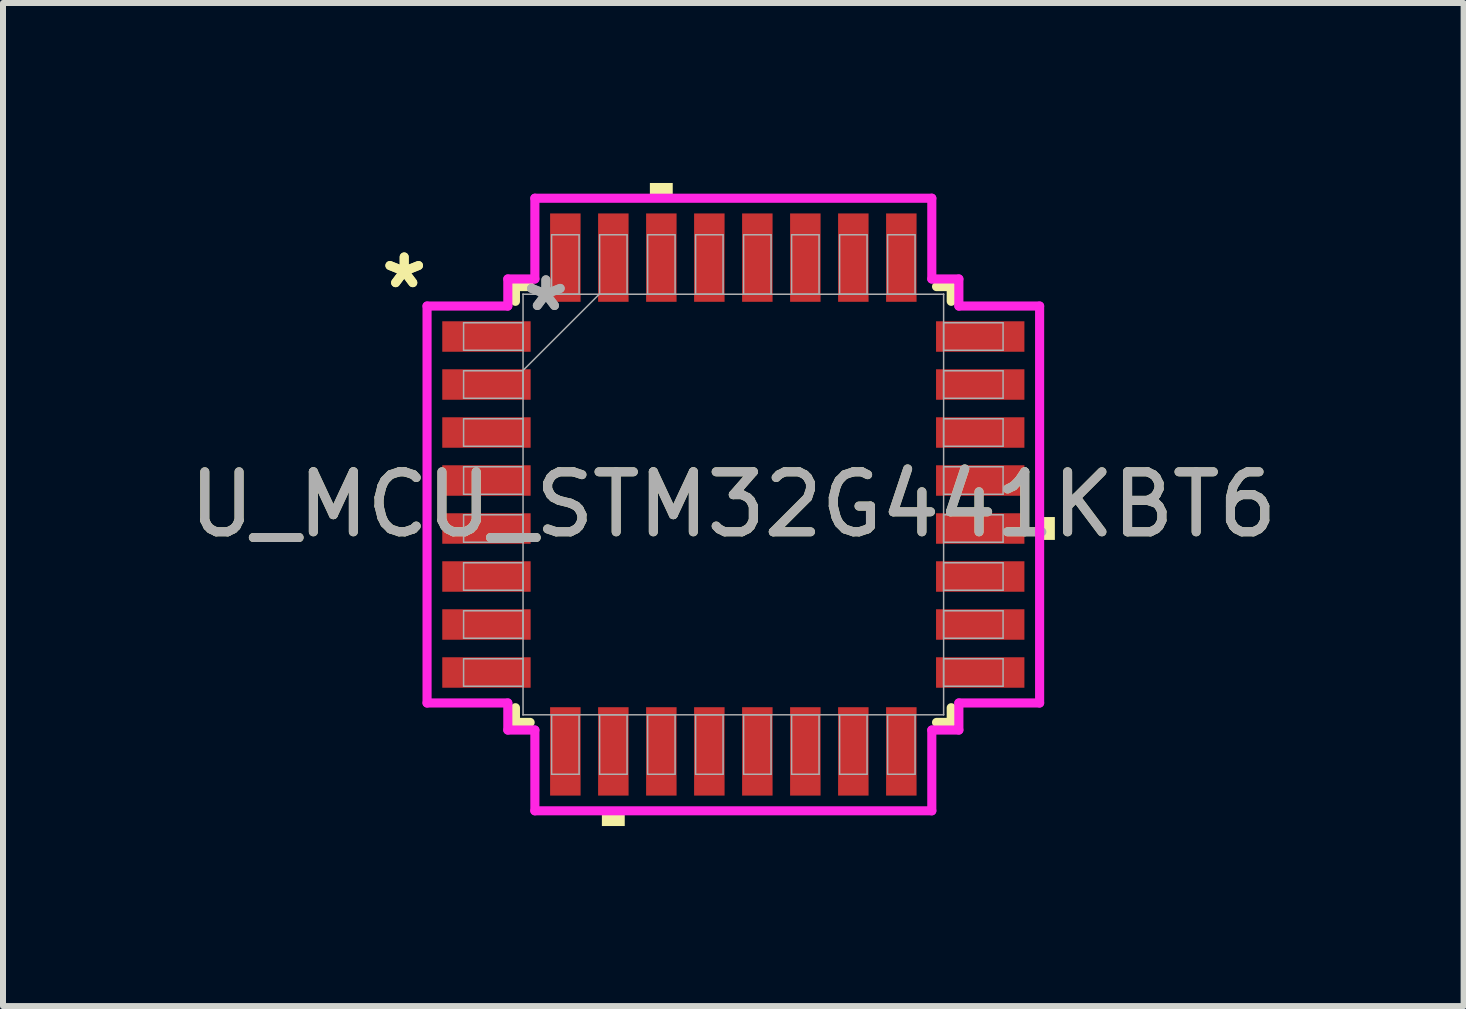
<source format=kicad_pcb>
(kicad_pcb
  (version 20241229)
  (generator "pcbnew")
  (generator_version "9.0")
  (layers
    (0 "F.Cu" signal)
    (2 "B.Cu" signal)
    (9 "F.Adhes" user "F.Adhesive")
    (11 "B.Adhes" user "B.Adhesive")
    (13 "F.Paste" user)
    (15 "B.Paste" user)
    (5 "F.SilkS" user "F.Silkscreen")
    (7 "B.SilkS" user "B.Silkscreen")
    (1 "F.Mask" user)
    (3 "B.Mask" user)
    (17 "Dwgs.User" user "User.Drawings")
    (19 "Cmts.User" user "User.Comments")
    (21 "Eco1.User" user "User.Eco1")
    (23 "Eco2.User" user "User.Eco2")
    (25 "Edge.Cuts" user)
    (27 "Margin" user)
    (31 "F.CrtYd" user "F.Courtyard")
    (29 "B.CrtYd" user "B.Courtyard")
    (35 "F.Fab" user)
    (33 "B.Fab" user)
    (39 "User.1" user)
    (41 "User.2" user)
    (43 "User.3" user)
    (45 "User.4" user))
  (footprint "U_MCU_STM32G441KBT6"
    (layer "F.Cu")
    (at 9.173 5.359)
    (property "Reference" "U_MCU_STM32G441KBT6" (at 0 0 0) (unlocked yes) (layer "F.SilkS") (effects (font (size 1 1) (thickness 0.15))))
    (attr smd)
    (fp_line (start -3.632 -3.632) (end -3.632 -3.387) (stroke (width 0.152) (type solid)) (layer "F.SilkS"))
    (fp_line (start -3.632 3.387) (end -3.632 3.632) (stroke (width 0.152) (type solid)) (layer "F.SilkS"))
    (fp_line (start -3.632 3.632) (end -3.387 3.632) (stroke (width 0.152) (type solid)) (layer "F.SilkS"))
    (fp_line (start -3.387 -3.632) (end -3.632 -3.632) (stroke (width 0.152) (type solid)) (layer "F.SilkS"))
    (fp_line (start 3.387 3.632) (end 3.632 3.632) (stroke (width 0.152) (type solid)) (layer "F.SilkS"))
    (fp_line (start 3.632 -3.632) (end 3.387 -3.632) (stroke (width 0.152) (type solid)) (layer "F.SilkS"))
    (fp_line (start 3.632 -3.387) (end 3.632 -3.632) (stroke (width 0.152) (type solid)) (layer "F.SilkS"))
    (fp_line (start 3.632 3.632) (end 3.632 3.387) (stroke (width 0.152) (type solid)) (layer "F.SilkS"))
    (fp_poly (pts (xy -2.191 5.105) (xy -2.191 5.359) (xy -1.81 5.359) (xy -1.81 5.105)) (stroke (width 0) (type solid)) (fill yes) (layer "F.SilkS"))
    (fp_poly (pts (xy -1.391 -5.105) (xy -1.391 -5.359) (xy -1.01 -5.359) (xy -1.01 -5.105)) (stroke (width 0) (type solid)) (fill yes) (layer "F.SilkS"))
    (fp_poly (pts (xy 5.359 0.209) (xy 5.359 0.59) (xy 5.105 0.59) (xy 5.105 0.209)) (stroke (width 0) (type solid)) (fill yes) (layer "F.SilkS"))
    (fp_line (start -5.105 -3.308) (end -3.759 -3.308) (stroke (width 0.152) (type solid)) (layer "F.CrtYd"))
    (fp_line (start -5.105 3.308) (end -5.105 -3.308) (stroke (width 0.152) (type solid)) (layer "F.CrtYd"))
    (fp_line (start -3.759 -3.759) (end -3.308 -3.759) (stroke (width 0.152) (type solid)) (layer "F.CrtYd"))
    (fp_line (start -3.759 -3.308) (end -3.759 -3.759) (stroke (width 0.152) (type solid)) (layer "F.CrtYd"))
    (fp_line (start -3.759 3.308) (end -5.105 3.308) (stroke (width 0.152) (type solid)) (layer "F.CrtYd"))
    (fp_line (start -3.759 3.759) (end -3.759 3.308) (stroke (width 0.152) (type solid)) (layer "F.CrtYd"))
    (fp_line (start -3.759 3.759) (end -3.308 3.759) (stroke (width 0.152) (type solid)) (layer "F.CrtYd"))
    (fp_line (start -3.308 -5.105) (end 3.308 -5.105) (stroke (width 0.152) (type solid)) (layer "F.CrtYd"))
    (fp_line (start -3.308 -3.759) (end -3.308 -5.105) (stroke (width 0.152) (type solid)) (layer "F.CrtYd"))
    (fp_line (start -3.308 3.759) (end -3.308 5.105) (stroke (width 0.152) (type solid)) (layer "F.CrtYd"))
    (fp_line (start -3.308 5.105) (end 3.308 5.105) (stroke (width 0.152) (type solid)) (layer "F.CrtYd"))
    (fp_line (start 3.308 -5.105) (end 3.308 -3.759) (stroke (width 0.152) (type solid)) (layer "F.CrtYd"))
    (fp_line (start 3.308 -3.759) (end 3.759 -3.759) (stroke (width 0.152) (type solid)) (layer "F.CrtYd"))
    (fp_line (start 3.308 3.759) (end 3.759 3.759) (stroke (width 0.152) (type solid)) (layer "F.CrtYd"))
    (fp_line (start 3.308 5.105) (end 3.308 3.759) (stroke (width 0.152) (type solid)) (layer "F.CrtYd"))
    (fp_line (start 3.759 -3.308) (end 3.759 -3.759) (stroke (width 0.152) (type solid)) (layer "F.CrtYd"))
    (fp_line (start 3.759 3.308) (end 5.105 3.308) (stroke (width 0.152) (type solid)) (layer "F.CrtYd"))
    (fp_line (start 3.759 3.759) (end 3.759 3.308) (stroke (width 0.152) (type solid)) (layer "F.CrtYd"))
    (fp_line (start 5.105 -3.308) (end 3.759 -3.308) (stroke (width 0.152) (type solid)) (layer "F.CrtYd"))
    (fp_line (start 5.105 3.308) (end 5.105 -3.308) (stroke (width 0.152) (type solid)) (layer "F.CrtYd"))
    (fp_line (start -4.496 -3.029) (end -4.496 -2.571) (stroke (width 0.025) (type solid)) (layer "F.Fab"))
    (fp_line (start -4.496 -2.571) (end -3.505 -2.571) (stroke (width 0.025) (type solid)) (layer "F.Fab"))
    (fp_line (start -4.496 -2.229) (end -4.496 -1.771) (stroke (width 0.025) (type solid)) (layer "F.Fab"))
    (fp_line (start -4.496 -1.771) (end -3.505 -1.771) (stroke (width 0.025) (type solid)) (layer "F.Fab"))
    (fp_line (start -4.496 -1.429) (end -4.496 -0.971) (stroke (width 0.025) (type solid)) (layer "F.Fab"))
    (fp_line (start -4.496 -0.971) (end -3.505 -0.971) (stroke (width 0.025) (type solid)) (layer "F.Fab"))
    (fp_line (start -4.496 -0.629) (end -4.496 -0.171) (stroke (width 0.025) (type solid)) (layer "F.Fab"))
    (fp_line (start -4.496 -0.171) (end -3.505 -0.171) (stroke (width 0.025) (type solid)) (layer "F.Fab"))
    (fp_line (start -4.496 0.171) (end -4.496 0.629) (stroke (width 0.025) (type solid)) (layer "F.Fab"))
    (fp_line (start -4.496 0.629) (end -3.505 0.629) (stroke (width 0.025) (type solid)) (layer "F.Fab"))
    (fp_line (start -4.496 0.971) (end -4.496 1.429) (stroke (width 0.025) (type solid)) (layer "F.Fab"))
    (fp_line (start -4.496 1.429) (end -3.505 1.429) (stroke (width 0.025) (type solid)) (layer "F.Fab"))
    (fp_line (start -4.496 1.771) (end -4.496 2.229) (stroke (width 0.025) (type solid)) (layer "F.Fab"))
    (fp_line (start -4.496 2.229) (end -3.505 2.229) (stroke (width 0.025) (type solid)) (layer "F.Fab"))
    (fp_line (start -4.496 2.571) (end -4.496 3.029) (stroke (width 0.025) (type solid)) (layer "F.Fab"))
    (fp_line (start -4.496 3.029) (end -3.505 3.029) (stroke (width 0.025) (type solid)) (layer "F.Fab"))
    (fp_line (start -3.505 -3.505) (end -3.505 -3.505) (stroke (width 0.025) (type solid)) (layer "F.Fab"))
    (fp_line (start -3.505 -3.505) (end -3.505 3.505) (stroke (width 0.025) (type solid)) (layer "F.Fab"))
    (fp_line (start -3.505 -3.029) (end -4.496 -3.029) (stroke (width 0.025) (type solid)) (layer "F.Fab"))
    (fp_line (start -3.505 -2.571) (end -3.505 -3.029) (stroke (width 0.025) (type solid)) (layer "F.Fab"))
    (fp_line (start -3.505 -2.235) (end -2.235 -3.505) (stroke (width 0.025) (type solid)) (layer "F.Fab"))
    (fp_line (start -3.505 -2.229) (end -4.496 -2.229) (stroke (width 0.025) (type solid)) (layer "F.Fab"))
    (fp_line (start -3.505 -1.771) (end -3.505 -2.229) (stroke (width 0.025) (type solid)) (layer "F.Fab"))
    (fp_line (start -3.505 -1.429) (end -4.496 -1.429) (stroke (width 0.025) (type solid)) (layer "F.Fab"))
    (fp_line (start -3.505 -0.971) (end -3.505 -1.429) (stroke (width 0.025) (type solid)) (layer "F.Fab"))
    (fp_line (start -3.505 -0.629) (end -4.496 -0.629) (stroke (width 0.025) (type solid)) (layer "F.Fab"))
    (fp_line (start -3.505 -0.171) (end -3.505 -0.629) (stroke (width 0.025) (type solid)) (layer "F.Fab"))
    (fp_line (start -3.505 0.171) (end -4.496 0.171) (stroke (width 0.025) (type solid)) (layer "F.Fab"))
    (fp_line (start -3.505 0.629) (end -3.505 0.171) (stroke (width 0.025) (type solid)) (layer "F.Fab"))
    (fp_line (start -3.505 0.971) (end -4.496 0.971) (stroke (width 0.025) (type solid)) (layer "F.Fab"))
    (fp_line (start -3.505 1.429) (end -3.505 0.971) (stroke (width 0.025) (type solid)) (layer "F.Fab"))
    (fp_line (start -3.505 1.771) (end -4.496 1.771) (stroke (width 0.025) (type solid)) (layer "F.Fab"))
    (fp_line (start -3.505 2.229) (end -3.505 1.771) (stroke (width 0.025) (type solid)) (layer "F.Fab"))
    (fp_line (start -3.505 2.571) (end -4.496 2.571) (stroke (width 0.025) (type solid)) (layer "F.Fab"))
    (fp_line (start -3.505 3.029) (end -3.505 2.571) (stroke (width 0.025) (type solid)) (layer "F.Fab"))
    (fp_line (start -3.505 3.505) (end -3.505 3.505) (stroke (width 0.025) (type solid)) (layer "F.Fab"))
    (fp_line (start -3.505 3.505) (end 3.505 3.505) (stroke (width 0.025) (type solid)) (layer "F.Fab"))
    (fp_line (start -3.029 -4.496) (end -3.029 -3.505) (stroke (width 0.025) (type solid)) (layer "F.Fab"))
    (fp_line (start -3.029 -3.505) (end -2.571 -3.505) (stroke (width 0.025) (type solid)) (layer "F.Fab"))
    (fp_line (start -3.029 3.505) (end -3.029 4.496) (stroke (width 0.025) (type solid)) (layer "F.Fab"))
    (fp_line (start -3.029 4.496) (end -2.571 4.496) (stroke (width 0.025) (type solid)) (layer "F.Fab"))
    (fp_line (start -2.571 -4.496) (end -3.029 -4.496) (stroke (width 0.025) (type solid)) (layer "F.Fab"))
    (fp_line (start -2.571 -3.505) (end -2.571 -4.496) (stroke (width 0.025) (type solid)) (layer "F.Fab"))
    (fp_line (start -2.571 3.505) (end -3.029 3.505) (stroke (width 0.025) (type solid)) (layer "F.Fab"))
    (fp_line (start -2.571 4.496) (end -2.571 3.505) (stroke (width 0.025) (type solid)) (layer "F.Fab"))
    (fp_line (start -2.229 -4.496) (end -2.229 -3.505) (stroke (width 0.025) (type solid)) (layer "F.Fab"))
    (fp_line (start -2.229 -3.505) (end -1.771 -3.505) (stroke (width 0.025) (type solid)) (layer "F.Fab"))
    (fp_line (start -2.229 3.505) (end -2.229 4.496) (stroke (width 0.025) (type solid)) (layer "F.Fab"))
    (fp_line (start -2.229 4.496) (end -1.771 4.496) (stroke (width 0.025) (type solid)) (layer "F.Fab"))
    (fp_line (start -1.771 -4.496) (end -2.229 -4.496) (stroke (width 0.025) (type solid)) (layer "F.Fab"))
    (fp_line (start -1.771 -3.505) (end -1.771 -4.496) (stroke (width 0.025) (type solid)) (layer "F.Fab"))
    (fp_line (start -1.771 3.505) (end -2.229 3.505) (stroke (width 0.025) (type solid)) (layer "F.Fab"))
    (fp_line (start -1.771 4.496) (end -1.771 3.505) (stroke (width 0.025) (type solid)) (layer "F.Fab"))
    (fp_line (start -1.429 -4.496) (end -1.429 -3.505) (stroke (width 0.025) (type solid)) (layer "F.Fab"))
    (fp_line (start -1.429 -3.505) (end -0.971 -3.505) (stroke (width 0.025) (type solid)) (layer "F.Fab"))
    (fp_line (start -1.429 3.505) (end -1.429 4.496) (stroke (width 0.025) (type solid)) (layer "F.Fab"))
    (fp_line (start -1.429 4.496) (end -0.971 4.496) (stroke (width 0.025) (type solid)) (layer "F.Fab"))
    (fp_line (start -0.971 -4.496) (end -1.429 -4.496) (stroke (width 0.025) (type solid)) (layer "F.Fab"))
    (fp_line (start -0.971 -3.505) (end -0.971 -4.496) (stroke (width 0.025) (type solid)) (layer "F.Fab"))
    (fp_line (start -0.971 3.505) (end -1.429 3.505) (stroke (width 0.025) (type solid)) (layer "F.Fab"))
    (fp_line (start -0.971 4.496) (end -0.971 3.505) (stroke (width 0.025) (type solid)) (layer "F.Fab"))
    (fp_line (start -0.629 -4.496) (end -0.629 -3.505) (stroke (width 0.025) (type solid)) (layer "F.Fab"))
    (fp_line (start -0.629 -3.505) (end -0.171 -3.505) (stroke (width 0.025) (type solid)) (layer "F.Fab"))
    (fp_line (start -0.629 3.505) (end -0.629 4.496) (stroke (width 0.025) (type solid)) (layer "F.Fab"))
    (fp_line (start -0.629 4.496) (end -0.171 4.496) (stroke (width 0.025) (type solid)) (layer "F.Fab"))
    (fp_line (start -0.171 -4.496) (end -0.629 -4.496) (stroke (width 0.025) (type solid)) (layer "F.Fab"))
    (fp_line (start -0.171 -3.505) (end -0.171 -4.496) (stroke (width 0.025) (type solid)) (layer "F.Fab"))
    (fp_line (start -0.171 3.505) (end -0.629 3.505) (stroke (width 0.025) (type solid)) (layer "F.Fab"))
    (fp_line (start -0.171 4.496) (end -0.171 3.505) (stroke (width 0.025) (type solid)) (layer "F.Fab"))
    (fp_line (start 0.171 -4.496) (end 0.171 -3.505) (stroke (width 0.025) (type solid)) (layer "F.Fab"))
    (fp_line (start 0.171 -3.505) (end 0.629 -3.505) (stroke (width 0.025) (type solid)) (layer "F.Fab"))
    (fp_line (start 0.171 3.505) (end 0.171 4.496) (stroke (width 0.025) (type solid)) (layer "F.Fab"))
    (fp_line (start 0.171 4.496) (end 0.629 4.496) (stroke (width 0.025) (type solid)) (layer "F.Fab"))
    (fp_line (start 0.629 -4.496) (end 0.171 -4.496) (stroke (width 0.025) (type solid)) (layer "F.Fab"))
    (fp_line (start 0.629 -3.505) (end 0.629 -4.496) (stroke (width 0.025) (type solid)) (layer "F.Fab"))
    (fp_line (start 0.629 3.505) (end 0.171 3.505) (stroke (width 0.025) (type solid)) (layer "F.Fab"))
    (fp_line (start 0.629 4.496) (end 0.629 3.505) (stroke (width 0.025) (type solid)) (layer "F.Fab"))
    (fp_line (start 0.971 -4.496) (end 0.971 -3.505) (stroke (width 0.025) (type solid)) (layer "F.Fab"))
    (fp_line (start 0.971 -3.505) (end 1.429 -3.505) (stroke (width 0.025) (type solid)) (layer "F.Fab"))
    (fp_line (start 0.971 3.505) (end 0.971 4.496) (stroke (width 0.025) (type solid)) (layer "F.Fab"))
    (fp_line (start 0.971 4.496) (end 1.429 4.496) (stroke (width 0.025) (type solid)) (layer "F.Fab"))
    (fp_line (start 1.429 -4.496) (end 0.971 -4.496) (stroke (width 0.025) (type solid)) (layer "F.Fab"))
    (fp_line (start 1.429 -3.505) (end 1.429 -4.496) (stroke (width 0.025) (type solid)) (layer "F.Fab"))
    (fp_line (start 1.429 3.505) (end 0.971 3.505) (stroke (width 0.025) (type solid)) (layer "F.Fab"))
    (fp_line (start 1.429 4.496) (end 1.429 3.505) (stroke (width 0.025) (type solid)) (layer "F.Fab"))
    (fp_line (start 1.771 -4.496) (end 1.771 -3.505) (stroke (width 0.025) (type solid)) (layer "F.Fab"))
    (fp_line (start 1.771 -3.505) (end 2.229 -3.505) (stroke (width 0.025) (type solid)) (layer "F.Fab"))
    (fp_line (start 1.771 3.505) (end 1.771 4.496) (stroke (width 0.025) (type solid)) (layer "F.Fab"))
    (fp_line (start 1.771 4.496) (end 2.229 4.496) (stroke (width 0.025) (type solid)) (layer "F.Fab"))
    (fp_line (start 2.229 -4.496) (end 1.771 -4.496) (stroke (width 0.025) (type solid)) (layer "F.Fab"))
    (fp_line (start 2.229 -3.505) (end 2.229 -4.496) (stroke (width 0.025) (type solid)) (layer "F.Fab"))
    (fp_line (start 2.229 3.505) (end 1.771 3.505) (stroke (width 0.025) (type solid)) (layer "F.Fab"))
    (fp_line (start 2.229 4.496) (end 2.229 3.505) (stroke (width 0.025) (type solid)) (layer "F.Fab"))
    (fp_line (start 2.571 -4.496) (end 2.571 -3.505) (stroke (width 0.025) (type solid)) (layer "F.Fab"))
    (fp_line (start 2.571 -3.505) (end 3.029 -3.505) (stroke (width 0.025) (type solid)) (layer "F.Fab"))
    (fp_line (start 2.571 3.505) (end 2.571 4.496) (stroke (width 0.025) (type solid)) (layer "F.Fab"))
    (fp_line (start 2.571 4.496) (end 3.029 4.496) (stroke (width 0.025) (type solid)) (layer "F.Fab"))
    (fp_line (start 3.029 -4.496) (end 2.571 -4.496) (stroke (width 0.025) (type solid)) (layer "F.Fab"))
    (fp_line (start 3.029 -3.505) (end 3.029 -4.496) (stroke (width 0.025) (type solid)) (layer "F.Fab"))
    (fp_line (start 3.029 3.505) (end 2.571 3.505) (stroke (width 0.025) (type solid)) (layer "F.Fab"))
    (fp_line (start 3.029 4.496) (end 3.029 3.505) (stroke (width 0.025) (type solid)) (layer "F.Fab"))
    (fp_line (start 3.505 -3.505) (end -3.505 -3.505) (stroke (width 0.025) (type solid)) (layer "F.Fab"))
    (fp_line (start 3.505 -3.505) (end 3.505 -3.505) (stroke (width 0.025) (type solid)) (layer "F.Fab"))
    (fp_line (start 3.505 -3.029) (end 3.505 -2.571) (stroke (width 0.025) (type solid)) (layer "F.Fab"))
    (fp_line (start 3.505 -2.571) (end 4.496 -2.571) (stroke (width 0.025) (type solid)) (layer "F.Fab"))
    (fp_line (start 3.505 -2.229) (end 3.505 -1.771) (stroke (width 0.025) (type solid)) (layer "F.Fab"))
    (fp_line (start 3.505 -1.771) (end 4.496 -1.771) (stroke (width 0.025) (type solid)) (layer "F.Fab"))
    (fp_line (start 3.505 -1.429) (end 3.505 -0.971) (stroke (width 0.025) (type solid)) (layer "F.Fab"))
    (fp_line (start 3.505 -0.971) (end 4.496 -0.971) (stroke (width 0.025) (type solid)) (layer "F.Fab"))
    (fp_line (start 3.505 -0.629) (end 3.505 -0.171) (stroke (width 0.025) (type solid)) (layer "F.Fab"))
    (fp_line (start 3.505 -0.171) (end 4.496 -0.171) (stroke (width 0.025) (type solid)) (layer "F.Fab"))
    (fp_line (start 3.505 0.171) (end 3.505 0.629) (stroke (width 0.025) (type solid)) (layer "F.Fab"))
    (fp_line (start 3.505 0.629) (end 4.496 0.629) (stroke (width 0.025) (type solid)) (layer "F.Fab"))
    (fp_line (start 3.505 0.971) (end 3.505 1.429) (stroke (width 0.025) (type solid)) (layer "F.Fab"))
    (fp_line (start 3.505 1.429) (end 4.496 1.429) (stroke (width 0.025) (type solid)) (layer "F.Fab"))
    (fp_line (start 3.505 1.771) (end 3.505 2.229) (stroke (width 0.025) (type solid)) (layer "F.Fab"))
    (fp_line (start 3.505 2.229) (end 4.496 2.229) (stroke (width 0.025) (type solid)) (layer "F.Fab"))
    (fp_line (start 3.505 2.571) (end 3.505 3.029) (stroke (width 0.025) (type solid)) (layer "F.Fab"))
    (fp_line (start 3.505 3.029) (end 4.496 3.029) (stroke (width 0.025) (type solid)) (layer "F.Fab"))
    (fp_line (start 3.505 3.505) (end 3.505 -3.505) (stroke (width 0.025) (type solid)) (layer "F.Fab"))
    (fp_line (start 3.505 3.505) (end 3.505 3.505) (stroke (width 0.025) (type solid)) (layer "F.Fab"))
    (fp_line (start 4.496 -3.029) (end 3.505 -3.029) (stroke (width 0.025) (type solid)) (layer "F.Fab"))
    (fp_line (start 4.496 -2.571) (end 4.496 -3.029) (stroke (width 0.025) (type solid)) (layer "F.Fab"))
    (fp_line (start 4.496 -2.229) (end 3.505 -2.229) (stroke (width 0.025) (type solid)) (layer "F.Fab"))
    (fp_line (start 4.496 -1.771) (end 4.496 -2.229) (stroke (width 0.025) (type solid)) (layer "F.Fab"))
    (fp_line (start 4.496 -1.429) (end 3.505 -1.429) (stroke (width 0.025) (type solid)) (layer "F.Fab"))
    (fp_line (start 4.496 -0.971) (end 4.496 -1.429) (stroke (width 0.025) (type solid)) (layer "F.Fab"))
    (fp_line (start 4.496 -0.629) (end 3.505 -0.629) (stroke (width 0.025) (type solid)) (layer "F.Fab"))
    (fp_line (start 4.496 -0.171) (end 4.496 -0.629) (stroke (width 0.025) (type solid)) (layer "F.Fab"))
    (fp_line (start 4.496 0.171) (end 3.505 0.171) (stroke (width 0.025) (type solid)) (layer "F.Fab"))
    (fp_line (start 4.496 0.629) (end 4.496 0.171) (stroke (width 0.025) (type solid)) (layer "F.Fab"))
    (fp_line (start 4.496 0.971) (end 3.505 0.971) (stroke (width 0.025) (type solid)) (layer "F.Fab"))
    (fp_line (start 4.496 1.429) (end 4.496 0.971) (stroke (width 0.025) (type solid)) (layer "F.Fab"))
    (fp_line (start 4.496 1.771) (end 3.505 1.771) (stroke (width 0.025) (type solid)) (layer "F.Fab"))
    (fp_line (start 4.496 2.229) (end 4.496 1.771) (stroke (width 0.025) (type solid)) (layer "F.Fab"))
    (fp_line (start 4.496 2.571) (end 3.505 2.571) (stroke (width 0.025) (type solid)) (layer "F.Fab"))
    (fp_line (start 4.496 3.029) (end 4.496 2.571) (stroke (width 0.025) (type solid)) (layer "F.Fab"))
    (fp_text user "*" (at -5.486 -3.581 0) (layer "F.SilkS") (effects (font (size 1 1) (thickness 0.15))))
    (fp_text user "*" (at -5.486 -3.581 0) (unlocked yes) (layer "F.SilkS") (effects (font (size 1 1) (thickness 0.15))))
    (fp_text user "${REFERENCE}" (at 0 0 0) (unlocked yes) (layer "F.Fab") (effects (font (size 1 1) (thickness 0.15))))
    (fp_text user "*" (at -3.124 -3.2 0) (unlocked yes) (layer "F.Fab") (effects (font (size 1 1) (thickness 0.15))))
    (fp_text user "*" (at -3.124 -3.2 0) (layer "F.Fab") (effects (font (size 1 1) (thickness 0.15))))
    (pad "1" smd rect (at -4.115 -2.8 90) (size 0.508 1.473) (layers "F.Cu" "F.Mask" "F.Paste"))
    (pad "2" smd rect (at -4.115 -2 90) (size 0.508 1.473) (layers "F.Cu" "F.Mask" "F.Paste"))
    (pad "3" smd rect (at -4.115 -1.2 90) (size 0.508 1.473) (layers "F.Cu" "F.Mask" "F.Paste"))
    (pad "4" smd rect (at -4.115 -0.4 90) (size 0.508 1.473) (layers "F.Cu" "F.Mask" "F.Paste"))
    (pad "5" smd rect (at -4.115 0.4 90) (size 0.508 1.473) (layers "F.Cu" "F.Mask" "F.Paste"))
    (pad "6" smd rect (at -4.115 1.2 90) (size 0.508 1.473) (layers "F.Cu" "F.Mask" "F.Paste"))
    (pad "7" smd rect (at -4.115 2 90) (size 0.508 1.473) (layers "F.Cu" "F.Mask" "F.Paste"))
    (pad "8" smd rect (at -4.115 2.8 90) (size 0.508 1.473) (layers "F.Cu" "F.Mask" "F.Paste"))
    (pad "9" smd rect (at -2.8 4.115) (size 0.508 1.473) (layers "F.Cu" "F.Mask" "F.Paste"))
    (pad "10" smd rect (at -2 4.115) (size 0.508 1.473) (layers "F.Cu" "F.Mask" "F.Paste"))
    (pad "11" smd rect (at -1.2 4.115) (size 0.508 1.473) (layers "F.Cu" "F.Mask" "F.Paste"))
    (pad "12" smd rect (at -0.4 4.115) (size 0.508 1.473) (layers "F.Cu" "F.Mask" "F.Paste"))
    (pad "13" smd rect (at 0.4 4.115) (size 0.508 1.473) (layers "F.Cu" "F.Mask" "F.Paste"))
    (pad "14" smd rect (at 1.2 4.115) (size 0.508 1.473) (layers "F.Cu" "F.Mask" "F.Paste"))
    (pad "15" smd rect (at 2 4.115) (size 0.508 1.473) (layers "F.Cu" "F.Mask" "F.Paste"))
    (pad "16" smd rect (at 2.8 4.115) (size 0.508 1.473) (layers "F.Cu" "F.Mask" "F.Paste"))
    (pad "17" smd rect (at 4.115 2.8 90) (size 0.508 1.473) (layers "F.Cu" "F.Mask" "F.Paste"))
    (pad "18" smd rect (at 4.115 2 90) (size 0.508 1.473) (layers "F.Cu" "F.Mask" "F.Paste"))
    (pad "19" smd rect (at 4.115 1.2 90) (size 0.508 1.473) (layers "F.Cu" "F.Mask" "F.Paste"))
    (pad "20" smd rect (at 4.115 0.4 90) (size 0.508 1.473) (layers "F.Cu" "F.Mask" "F.Paste"))
    (pad "21" smd rect (at 4.115 -0.4 90) (size 0.508 1.473) (layers "F.Cu" "F.Mask" "F.Paste"))
    (pad "22" smd rect (at 4.115 -1.2 90) (size 0.508 1.473) (layers "F.Cu" "F.Mask" "F.Paste"))
    (pad "23" smd rect (at 4.115 -2 90) (size 0.508 1.473) (layers "F.Cu" "F.Mask" "F.Paste"))
    (pad "24" smd rect (at 4.115 -2.8 90) (size 0.508 1.473) (layers "F.Cu" "F.Mask" "F.Paste"))
    (pad "25" smd rect (at 2.8 -4.115) (size 0.508 1.473) (layers "F.Cu" "F.Mask" "F.Paste"))
    (pad "26" smd rect (at 2 -4.115) (size 0.508 1.473) (layers "F.Cu" "F.Mask" "F.Paste"))
    (pad "27" smd rect (at 1.2 -4.115) (size 0.508 1.473) (layers "F.Cu" "F.Mask" "F.Paste"))
    (pad "28" smd rect (at 0.4 -4.115) (size 0.508 1.473) (layers "F.Cu" "F.Mask" "F.Paste"))
    (pad "29" smd rect (at -0.4 -4.115) (size 0.508 1.473) (layers "F.Cu" "F.Mask" "F.Paste"))
    (pad "30" smd rect (at -1.2 -4.115) (size 0.508 1.473) (layers "F.Cu" "F.Mask" "F.Paste"))
    (pad "31" smd rect (at -2 -4.115) (size 0.508 1.473) (layers "F.Cu" "F.Mask" "F.Paste"))
    (pad "32" smd rect (at -2.8 -4.115) (size 0.508 1.473) (layers "F.Cu" "F.Mask" "F.Paste")))
  (gr_rect
    (start -3 -3)
    (end 21.345 13.719)
    (stroke (width 0.1) (type default))
    (fill no)
    (layer "Edge.Cuts")))
</source>
